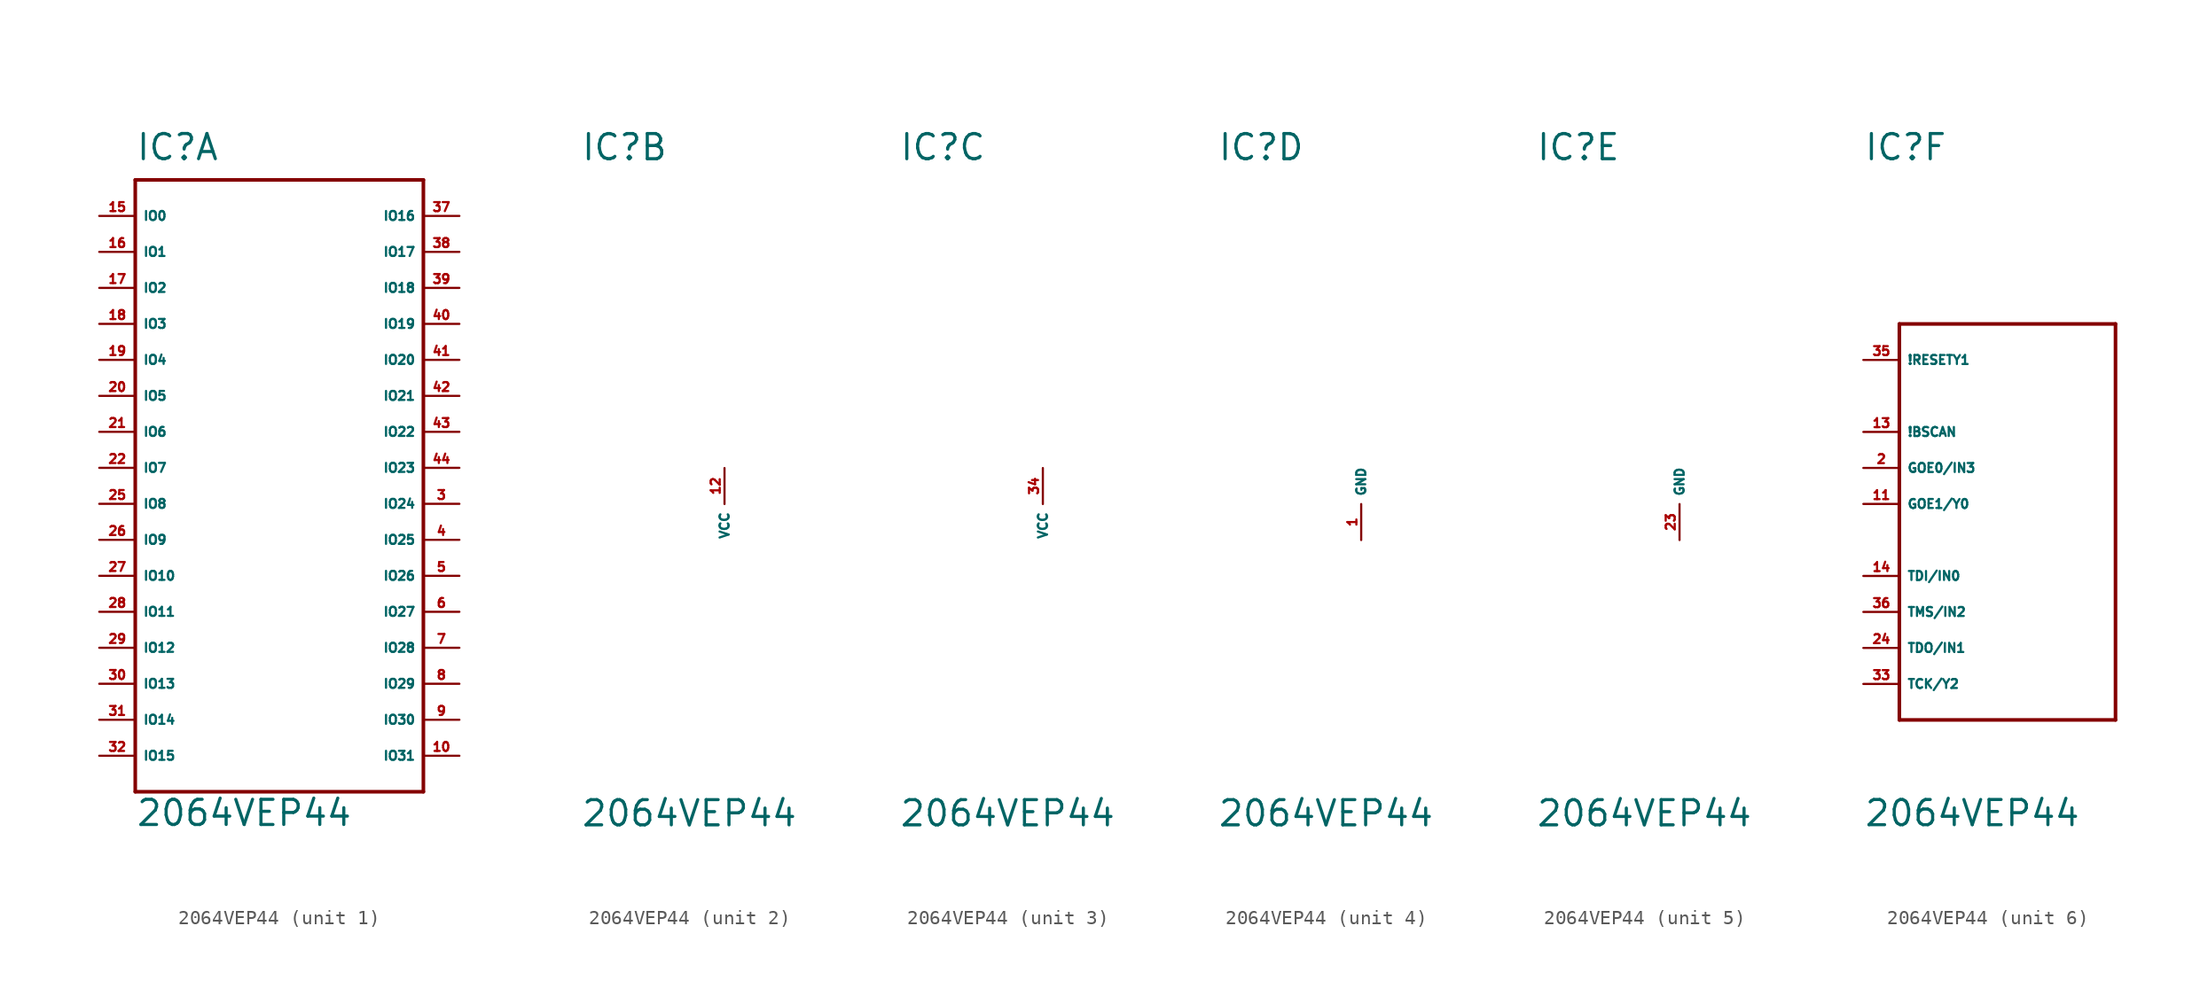
<source format=kicad_sym>
(kicad_symbol_lib
  (version 20220914)
  (generator Eagle2Kicad)
  (symbol "2064VEP44"
    (property "Reference" "IC"
      (at -10.16 24.13 0)
      (effects (font (size 1.778 1.778) (thickness 0.22)) (justify left bottom)))
    (property "Value" "2064VEP44"
      (at -10.16 -22.86 0)
      (effects (font (size 1.778 1.778) (thickness 0.22)) (justify left bottom)))
    (symbol "2064VEP44_1_0"
      (polyline (pts (xy -10.16 22.86) (xy 10.16 22.86)) (stroke (width 0.254) (type default)) (fill (type none)))
      (polyline (pts (xy 10.16 22.86) (xy 10.16 -20.32)) (stroke (width 0.254) (type default)) (fill (type none)))
      (polyline (pts (xy 10.16 -20.32) (xy -10.16 -20.32)) (stroke (width 0.254) (type default)) (fill (type none)))
      (polyline (pts (xy -10.16 -20.32) (xy -10.16 22.86)) (stroke (width 0.254) (type default)) (fill (type none)))
      (pin bidirectional line (at -12.7 20.32 0) (length 2.54) (name "IO0" (effects (font (size 0.635 0.635) (thickness 0.08)) (justify left bottom))) (number "15" (effects (font (size 0.635 0.635) (thickness 0.08)) (justify left bottom))))
      (pin bidirectional line (at -12.7 17.78 0) (length 2.54) (name "IO1" (effects (font (size 0.635 0.635) (thickness 0.08)) (justify left bottom))) (number "16" (effects (font (size 0.635 0.635) (thickness 0.08)) (justify left bottom))))
      (pin bidirectional line (at -12.7 15.24 0) (length 2.54) (name "IO2" (effects (font (size 0.635 0.635) (thickness 0.08)) (justify left bottom))) (number "17" (effects (font (size 0.635 0.635) (thickness 0.08)) (justify left bottom))))
      (pin bidirectional line (at -12.7 12.7 0) (length 2.54) (name "IO3" (effects (font (size 0.635 0.635) (thickness 0.08)) (justify left bottom))) (number "18" (effects (font (size 0.635 0.635) (thickness 0.08)) (justify left bottom))))
      (pin bidirectional line (at -12.7 10.16 0) (length 2.54) (name "IO4" (effects (font (size 0.635 0.635) (thickness 0.08)) (justify left bottom))) (number "19" (effects (font (size 0.635 0.635) (thickness 0.08)) (justify left bottom))))
      (pin bidirectional line (at -12.7 7.62 0) (length 2.54) (name "IO5" (effects (font (size 0.635 0.635) (thickness 0.08)) (justify left bottom))) (number "20" (effects (font (size 0.635 0.635) (thickness 0.08)) (justify left bottom))))
      (pin bidirectional line (at -12.7 5.08 0) (length 2.54) (name "IO6" (effects (font (size 0.635 0.635) (thickness 0.08)) (justify left bottom))) (number "21" (effects (font (size 0.635 0.635) (thickness 0.08)) (justify left bottom))))
      (pin bidirectional line (at -12.7 2.54 0) (length 2.54) (name "IO7" (effects (font (size 0.635 0.635) (thickness 0.08)) (justify left bottom))) (number "22" (effects (font (size 0.635 0.635) (thickness 0.08)) (justify left bottom))))
      (pin bidirectional line (at -12.7 0 0) (length 2.54) (name "IO8" (effects (font (size 0.635 0.635) (thickness 0.08)) (justify left bottom))) (number "25" (effects (font (size 0.635 0.635) (thickness 0.08)) (justify left bottom))))
      (pin bidirectional line (at -12.7 -2.54 0) (length 2.54) (name "IO9" (effects (font (size 0.635 0.635) (thickness 0.08)) (justify left bottom))) (number "26" (effects (font (size 0.635 0.635) (thickness 0.08)) (justify left bottom))))
      (pin bidirectional line (at -12.7 -5.08 0) (length 2.54) (name "IO10" (effects (font (size 0.635 0.635) (thickness 0.08)) (justify left bottom))) (number "27" (effects (font (size 0.635 0.635) (thickness 0.08)) (justify left bottom))))
      (pin bidirectional line (at -12.7 -7.62 0) (length 2.54) (name "IO11" (effects (font (size 0.635 0.635) (thickness 0.08)) (justify left bottom))) (number "28" (effects (font (size 0.635 0.635) (thickness 0.08)) (justify left bottom))))
      (pin bidirectional line (at -12.7 -10.16 0) (length 2.54) (name "IO12" (effects (font (size 0.635 0.635) (thickness 0.08)) (justify left bottom))) (number "29" (effects (font (size 0.635 0.635) (thickness 0.08)) (justify left bottom))))
      (pin bidirectional line (at -12.7 -12.7 0) (length 2.54) (name "IO13" (effects (font (size 0.635 0.635) (thickness 0.08)) (justify left bottom))) (number "30" (effects (font (size 0.635 0.635) (thickness 0.08)) (justify left bottom))))
      (pin bidirectional line (at -12.7 -15.24 0) (length 2.54) (name "IO14" (effects (font (size 0.635 0.635) (thickness 0.08)) (justify left bottom))) (number "31" (effects (font (size 0.635 0.635) (thickness 0.08)) (justify left bottom))))
      (pin bidirectional line (at -12.7 -17.78 0) (length 2.54) (name "IO15" (effects (font (size 0.635 0.635) (thickness 0.08)) (justify left bottom))) (number "32" (effects (font (size 0.635 0.635) (thickness 0.08)) (justify left bottom))))
      (pin bidirectional line (at 12.7 20.32 180) (length 2.54) (name "IO16" (effects (font (size 0.635 0.635) (thickness 0.08)) (justify left bottom))) (number "37" (effects (font (size 0.635 0.635) (thickness 0.08)) (justify left bottom))))
      (pin bidirectional line (at 12.7 17.78 180) (length 2.54) (name "IO17" (effects (font (size 0.635 0.635) (thickness 0.08)) (justify left bottom))) (number "38" (effects (font (size 0.635 0.635) (thickness 0.08)) (justify left bottom))))
      (pin bidirectional line (at 12.7 15.24 180) (length 2.54) (name "IO18" (effects (font (size 0.635 0.635) (thickness 0.08)) (justify left bottom))) (number "39" (effects (font (size 0.635 0.635) (thickness 0.08)) (justify left bottom))))
      (pin bidirectional line (at 12.7 12.7 180) (length 2.54) (name "IO19" (effects (font (size 0.635 0.635) (thickness 0.08)) (justify left bottom))) (number "40" (effects (font (size 0.635 0.635) (thickness 0.08)) (justify left bottom))))
      (pin bidirectional line (at 12.7 10.16 180) (length 2.54) (name "IO20" (effects (font (size 0.635 0.635) (thickness 0.08)) (justify left bottom))) (number "41" (effects (font (size 0.635 0.635) (thickness 0.08)) (justify left bottom))))
      (pin bidirectional line (at 12.7 7.62 180) (length 2.54) (name "IO21" (effects (font (size 0.635 0.635) (thickness 0.08)) (justify left bottom))) (number "42" (effects (font (size 0.635 0.635) (thickness 0.08)) (justify left bottom))))
      (pin bidirectional line (at 12.7 5.08 180) (length 2.54) (name "IO22" (effects (font (size 0.635 0.635) (thickness 0.08)) (justify left bottom))) (number "43" (effects (font (size 0.635 0.635) (thickness 0.08)) (justify left bottom))))
      (pin bidirectional line (at 12.7 2.54 180) (length 2.54) (name "IO23" (effects (font (size 0.635 0.635) (thickness 0.08)) (justify left bottom))) (number "44" (effects (font (size 0.635 0.635) (thickness 0.08)) (justify left bottom))))
      (pin bidirectional line (at 12.7 0 180) (length 2.54) (name "IO24" (effects (font (size 0.635 0.635) (thickness 0.08)) (justify left bottom))) (number "3" (effects (font (size 0.635 0.635) (thickness 0.08)) (justify left bottom))))
      (pin bidirectional line (at 12.7 -2.54 180) (length 2.54) (name "IO25" (effects (font (size 0.635 0.635) (thickness 0.08)) (justify left bottom))) (number "4" (effects (font (size 0.635 0.635) (thickness 0.08)) (justify left bottom))))
      (pin bidirectional line (at 12.7 -5.08 180) (length 2.54) (name "IO26" (effects (font (size 0.635 0.635) (thickness 0.08)) (justify left bottom))) (number "5" (effects (font (size 0.635 0.635) (thickness 0.08)) (justify left bottom))))
      (pin bidirectional line (at 12.7 -7.62 180) (length 2.54) (name "IO27" (effects (font (size 0.635 0.635) (thickness 0.08)) (justify left bottom))) (number "6" (effects (font (size 0.635 0.635) (thickness 0.08)) (justify left bottom))))
      (pin bidirectional line (at 12.7 -10.16 180) (length 2.54) (name "IO28" (effects (font (size 0.635 0.635) (thickness 0.08)) (justify left bottom))) (number "7" (effects (font (size 0.635 0.635) (thickness 0.08)) (justify left bottom))))
      (pin bidirectional line (at 12.7 -12.7 180) (length 2.54) (name "IO29" (effects (font (size 0.635 0.635) (thickness 0.08)) (justify left bottom))) (number "8" (effects (font (size 0.635 0.635) (thickness 0.08)) (justify left bottom))))
      (pin bidirectional line (at 12.7 -15.24 180) (length 2.54) (name "IO30" (effects (font (size 0.635 0.635) (thickness 0.08)) (justify left bottom))) (number "9" (effects (font (size 0.635 0.635) (thickness 0.08)) (justify left bottom))))
      (pin bidirectional line (at 12.7 -17.78 180) (length 2.54) (name "IO31" (effects (font (size 0.635 0.635) (thickness 0.08)) (justify left bottom))) (number "10" (effects (font (size 0.635 0.635) (thickness 0.08)) (justify left bottom)))))
    (symbol "2064VEP44_2_0"
      (pin unspecified line (at 0 2.54 270) (length 2.54) (name "VCC" (effects (font (size 0.635 0.635) (thickness 0.08)) (justify left bottom))) (number "12" (effects (font (size 0.635 0.635) (thickness 0.08)) (justify left bottom)))))
    (symbol "2064VEP44_3_0"
      (pin unspecified line (at 0 2.54 270) (length 2.54) (name "VCC" (effects (font (size 0.635 0.635) (thickness 0.08)) (justify left bottom))) (number "34" (effects (font (size 0.635 0.635) (thickness 0.08)) (justify left bottom)))))
    (symbol "2064VEP44_4_0"
      (pin unspecified line (at 0 -2.54 90) (length 2.54) (name "GND" (effects (font (size 0.635 0.635) (thickness 0.08)) (justify left bottom))) (number "1" (effects (font (size 0.635 0.635) (thickness 0.08)) (justify left bottom)))))
    (symbol "2064VEP44_5_0"
      (pin unspecified line (at 0 -2.54 90) (length 2.54) (name "GND" (effects (font (size 0.635 0.635) (thickness 0.08)) (justify left bottom))) (number "23" (effects (font (size 0.635 0.635) (thickness 0.08)) (justify left bottom)))))
    (symbol "2064VEP44_6_0"
      (polyline (pts (xy -7.62 12.7) (xy 7.62 12.7)) (stroke (width 0.254) (type default)) (fill (type none)))
      (polyline (pts (xy 7.62 12.7) (xy 7.62 -15.24)) (stroke (width 0.254) (type default)) (fill (type none)))
      (polyline (pts (xy 7.62 -15.24) (xy -7.62 -15.24)) (stroke (width 0.254) (type default)) (fill (type none)))
      (polyline (pts (xy -7.62 -15.24) (xy -7.62 12.7)) (stroke (width 0.254) (type default)) (fill (type none)))
      (pin input line (at -10.16 10.16 0) (length 2.54) (name "!RESETY1" (effects (font (size 0.635 0.635) (thickness 0.08)) (justify left bottom))) (number "35" (effects (font (size 0.635 0.635) (thickness 0.08)) (justify left bottom))))
      (pin input line (at -10.16 5.08 0) (length 2.54) (name "!BSCAN" (effects (font (size 0.635 0.635) (thickness 0.08)) (justify left bottom))) (number "13" (effects (font (size 0.635 0.635) (thickness 0.08)) (justify left bottom))))
      (pin input line (at -10.16 2.54 0) (length 2.54) (name "GOE0/IN3" (effects (font (size 0.635 0.635) (thickness 0.08)) (justify left bottom))) (number "2" (effects (font (size 0.635 0.635) (thickness 0.08)) (justify left bottom))))
      (pin input line (at -10.16 0 0) (length 2.54) (name "GOE1/Y0" (effects (font (size 0.635 0.635) (thickness 0.08)) (justify left bottom))) (number "11" (effects (font (size 0.635 0.635) (thickness 0.08)) (justify left bottom))))
      (pin input line (at -10.16 -10.16 0) (length 2.54) (name "TDO/IN1" (effects (font (size 0.635 0.635) (thickness 0.08)) (justify left bottom))) (number "24" (effects (font (size 0.635 0.635) (thickness 0.08)) (justify left bottom))))
      (pin input line (at -10.16 -12.7 0) (length 2.54) (name "TCK/Y2" (effects (font (size 0.635 0.635) (thickness 0.08)) (justify left bottom))) (number "33" (effects (font (size 0.635 0.635) (thickness 0.08)) (justify left bottom))))
      (pin input line (at -10.16 -5.08 0) (length 2.54) (name "TDI/IN0" (effects (font (size 0.635 0.635) (thickness 0.08)) (justify left bottom))) (number "14" (effects (font (size 0.635 0.635) (thickness 0.08)) (justify left bottom))))
      (pin input line (at -10.16 -7.62 0) (length 2.54) (name "TMS/IN2" (effects (font (size 0.635 0.635) (thickness 0.08)) (justify left bottom))) (number "36" (effects (font (size 0.635 0.635) (thickness 0.08)) (justify left bottom)))))))
</source>
